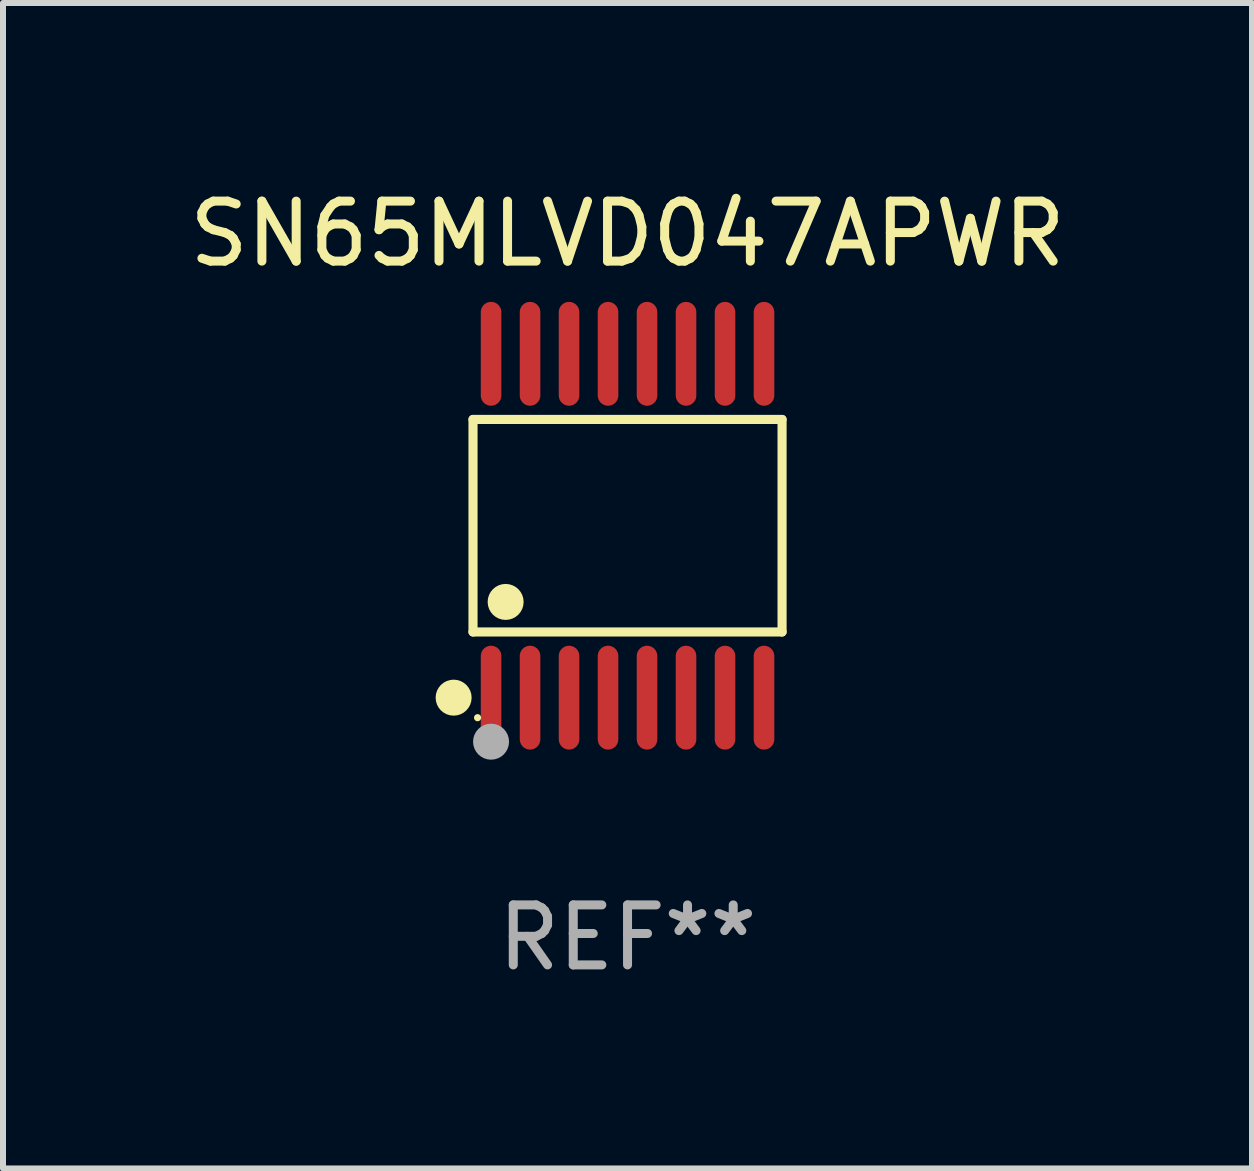
<source format=kicad_pcb>
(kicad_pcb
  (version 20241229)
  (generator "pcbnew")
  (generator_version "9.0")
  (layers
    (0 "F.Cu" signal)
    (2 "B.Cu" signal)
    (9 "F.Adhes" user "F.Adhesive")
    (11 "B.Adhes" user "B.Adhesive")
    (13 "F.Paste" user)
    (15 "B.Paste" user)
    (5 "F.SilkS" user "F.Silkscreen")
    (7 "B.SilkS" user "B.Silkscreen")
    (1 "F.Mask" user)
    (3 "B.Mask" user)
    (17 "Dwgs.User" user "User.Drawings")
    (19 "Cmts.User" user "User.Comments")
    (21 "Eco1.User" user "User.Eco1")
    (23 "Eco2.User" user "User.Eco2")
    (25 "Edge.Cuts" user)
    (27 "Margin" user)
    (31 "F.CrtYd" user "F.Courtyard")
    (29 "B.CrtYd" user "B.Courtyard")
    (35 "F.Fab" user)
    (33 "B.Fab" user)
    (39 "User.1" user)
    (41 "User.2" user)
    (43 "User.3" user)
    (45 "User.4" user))
  (footprint "SN65MLVD047APWR"
    (layer "F.Cu")
    (at 7.411 5.714)
    (property "Reference" "SN65MLVD047APWR" (at 0 -4.866 0) (layer "F.SilkS") (effects (font (size 1 1) (thickness 0.15))))
    (attr through_hole)
    (fp_line (start -2.576 -1.772) (end 2.576 -1.772) (stroke (width 0.152) (type solid)) (layer "F.SilkS"))
    (fp_line (start -2.576 1.771) (end -2.576 -1.772) (stroke (width 0.152) (type solid)) (layer "F.SilkS"))
    (fp_line (start 2.576 -1.772) (end 2.576 1.771) (stroke (width 0.152) (type solid)) (layer "F.SilkS"))
    (fp_line (start 2.576 1.771) (end -2.576 1.771) (stroke (width 0.152) (type solid)) (layer "F.SilkS"))
    (fp_circle (center -2.899 2.866) (end -2.749 2.866) (stroke (width 0.3) (type solid)) (fill no) (layer "F.SilkS"))
    (fp_circle (center -2.5 3.2) (end -2.47 3.2) (stroke (width 0.06) (type solid)) (fill no) (layer "F.SilkS"))
    (fp_circle (center -2.032 1.27) (end -1.882 1.27) (stroke (width 0.3) (type solid)) (fill no) (layer "F.SilkS"))
    (fp_circle (center -2.275 3.6) (end -2.125 3.6) (stroke (width 0.3) (type solid)) (fill no) (layer "F.Fab"))
    (fp_text user "REF**" (at 0 6.866 0) (layer "F.Fab") (effects (font (size 1 1) (thickness 0.15))))
    (pad "1" smd oval (at -2.275 2.866) (size 0.343 1.731) (layers "F.Cu" "F.Mask" "F.Paste"))
    (pad "2" smd oval (at -1.625 2.866) (size 0.343 1.731) (layers "F.Cu" "F.Mask" "F.Paste"))
    (pad "3" smd oval (at -0.975 2.866) (size 0.343 1.731) (layers "F.Cu" "F.Mask" "F.Paste"))
    (pad "4" smd oval (at -0.325 2.866) (size 0.343 1.731) (layers "F.Cu" "F.Mask" "F.Paste"))
    (pad "5" smd oval (at 0.325 2.866) (size 0.343 1.731) (layers "F.Cu" "F.Mask" "F.Paste"))
    (pad "6" smd oval (at 0.975 2.866) (size 0.343 1.731) (layers "F.Cu" "F.Mask" "F.Paste"))
    (pad "7" smd oval (at 1.625 2.866) (size 0.343 1.731) (layers "F.Cu" "F.Mask" "F.Paste"))
    (pad "8" smd oval (at 2.275 2.866) (size 0.343 1.731) (layers "F.Cu" "F.Mask" "F.Paste"))
    (pad "9" smd oval (at 2.275 -2.866) (size 0.343 1.731) (layers "F.Cu" "F.Mask" "F.Paste"))
    (pad "10" smd oval (at 1.625 -2.866) (size 0.343 1.731) (layers "F.Cu" "F.Mask" "F.Paste"))
    (pad "11" smd oval (at 0.975 -2.866) (size 0.343 1.731) (layers "F.Cu" "F.Mask" "F.Paste"))
    (pad "12" smd oval (at 0.325 -2.866) (size 0.343 1.731) (layers "F.Cu" "F.Mask" "F.Paste"))
    (pad "13" smd oval (at -0.325 -2.866) (size 0.343 1.731) (layers "F.Cu" "F.Mask" "F.Paste"))
    (pad "14" smd oval (at -0.975 -2.866) (size 0.343 1.731) (layers "F.Cu" "F.Mask" "F.Paste"))
    (pad "15" smd oval (at -1.625 -2.866) (size 0.343 1.731) (layers "F.Cu" "F.Mask" "F.Paste"))
    (pad "16" smd oval (at -2.275 -2.866) (size 0.343 1.731) (layers "F.Cu" "F.Mask" "F.Paste")))
  (gr_rect
    (start -3 -3)
    (end 17.821 16.428)
    (stroke (width 0.1) (type default))
    (fill no)
    (layer "Edge.Cuts")))
</source>
